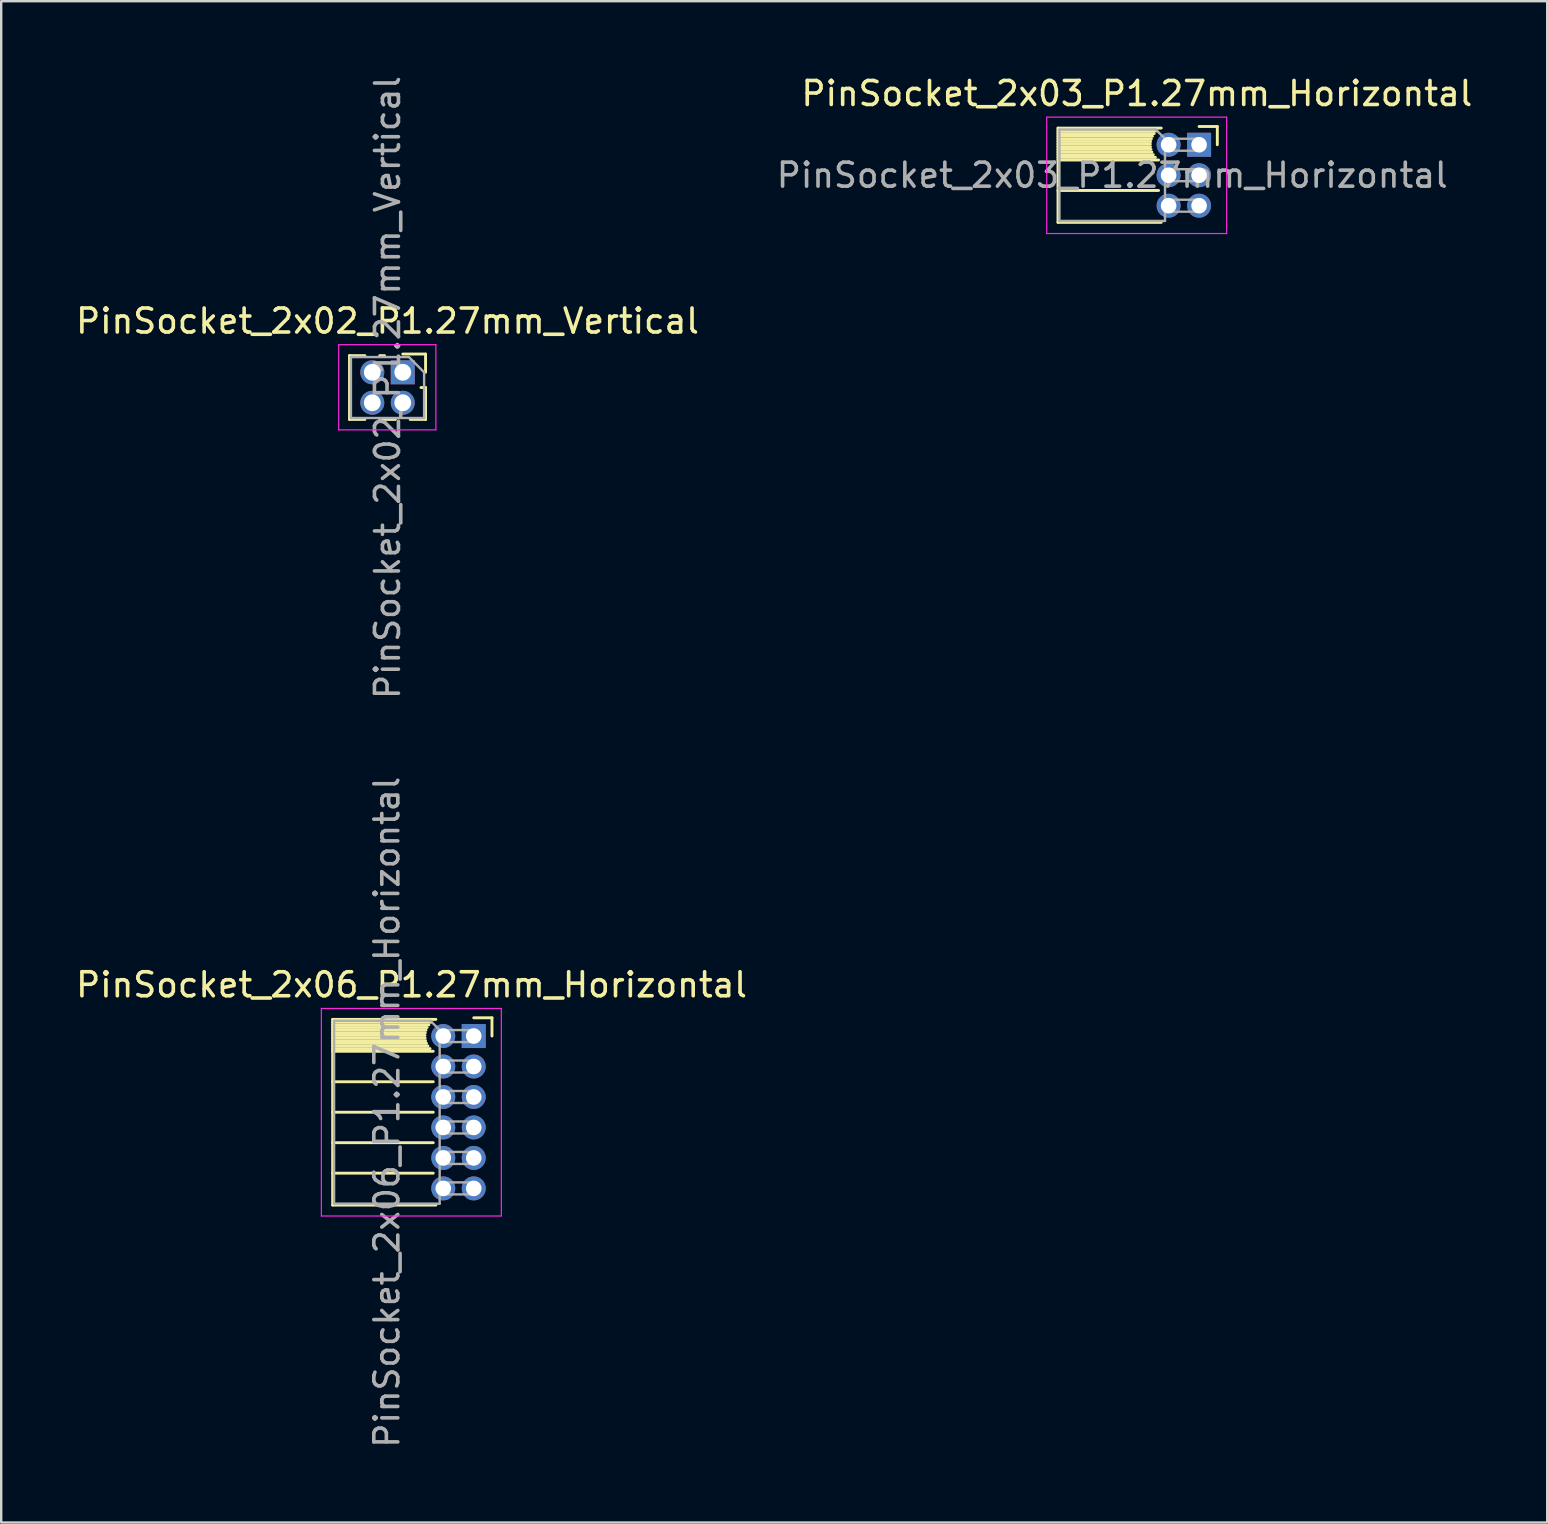
<source format=kicad_pcb>
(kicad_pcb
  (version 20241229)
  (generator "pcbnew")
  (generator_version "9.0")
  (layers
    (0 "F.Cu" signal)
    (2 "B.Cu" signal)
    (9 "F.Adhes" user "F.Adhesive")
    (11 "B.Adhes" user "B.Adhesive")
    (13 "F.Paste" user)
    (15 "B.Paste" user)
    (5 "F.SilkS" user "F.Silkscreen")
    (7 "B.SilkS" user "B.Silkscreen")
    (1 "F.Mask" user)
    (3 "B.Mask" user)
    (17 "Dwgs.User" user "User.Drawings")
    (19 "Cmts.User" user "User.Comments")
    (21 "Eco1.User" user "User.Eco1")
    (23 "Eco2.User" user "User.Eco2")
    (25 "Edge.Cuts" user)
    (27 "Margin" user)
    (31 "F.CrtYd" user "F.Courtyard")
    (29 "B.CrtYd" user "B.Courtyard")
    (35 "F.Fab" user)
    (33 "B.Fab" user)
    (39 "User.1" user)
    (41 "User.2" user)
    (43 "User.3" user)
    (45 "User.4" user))
  (footprint "PinSocket_2x03_P1.27mm_Horizontal"
    (layer "F.Cu")
    (at 46.924 2.983)
    (property "Reference" "PinSocket_2x03_P1.27mm_Horizontal" (at -2.592 -2.135 0) (layer "F.SilkS") (effects (font (size 1 1) (thickness 0.15))))
    (attr through_hole)
    (fp_line (start -5.88 -0.695) (end -5.88 3.235) (stroke (width 0.12) (type solid)) (layer "F.SilkS"))
    (fp_line (start -5.88 -0.695) (end -1.578 -0.695) (stroke (width 0.12) (type solid)) (layer "F.SilkS"))
    (fp_line (start -5.88 -0.575) (end -1.767 -0.575) (stroke (width 0.12) (type solid)) (layer "F.SilkS"))
    (fp_line (start -5.88 -0.465) (end -1.871 -0.465) (stroke (width 0.12) (type solid)) (layer "F.SilkS"))
    (fp_line (start -5.88 -0.355) (end -1.942 -0.355) (stroke (width 0.12) (type solid)) (layer "F.SilkS"))
    (fp_line (start -5.88 -0.245) (end -1.989 -0.245) (stroke (width 0.12) (type solid)) (layer "F.SilkS"))
    (fp_line (start -5.88 -0.135) (end -2.018 -0.135) (stroke (width 0.12) (type solid)) (layer "F.SilkS"))
    (fp_line (start -5.88 -0.025) (end -2.03 -0.025) (stroke (width 0.12) (type solid)) (layer "F.SilkS"))
    (fp_line (start -5.88 0.085) (end -2.025 0.085) (stroke (width 0.12) (type solid)) (layer "F.SilkS"))
    (fp_line (start -5.88 0.195) (end -2.005 0.195) (stroke (width 0.12) (type solid)) (layer "F.SilkS"))
    (fp_line (start -5.88 0.305) (end -1.966 0.305) (stroke (width 0.12) (type solid)) (layer "F.SilkS"))
    (fp_line (start -5.88 0.415) (end -1.907 0.415) (stroke (width 0.12) (type solid)) (layer "F.SilkS"))
    (fp_line (start -5.88 0.525) (end -1.82 0.525) (stroke (width 0.12) (type solid)) (layer "F.SilkS"))
    (fp_line (start -5.88 0.635) (end -1.688 0.635) (stroke (width 0.12) (type solid)) (layer "F.SilkS"))
    (fp_line (start -5.88 1.905) (end -1.688 1.905) (stroke (width 0.12) (type solid)) (layer "F.SilkS"))
    (fp_line (start -5.88 3.235) (end -1.578 3.235) (stroke (width 0.12) (type solid)) (layer "F.SilkS"))
    (fp_line (start 0 -0.76) (end 0.76 -0.76) (stroke (width 0.12) (type solid)) (layer "F.SilkS"))
    (fp_line (start 0.76 -0.76) (end 0.76 0) (stroke (width 0.12) (type solid)) (layer "F.SilkS"))
    (fp_line (start -6.35 -1.15) (end -6.35 3.7) (stroke (width 0.05) (type solid)) (layer "F.CrtYd"))
    (fp_line (start -6.35 3.7) (end 1.15 3.7) (stroke (width 0.05) (type solid)) (layer "F.CrtYd"))
    (fp_line (start 1.15 -1.15) (end -6.35 -1.15) (stroke (width 0.05) (type solid)) (layer "F.CrtYd"))
    (fp_line (start 1.15 3.7) (end 1.15 -1.15) (stroke (width 0.05) (type solid)) (layer "F.CrtYd"))
    (fp_line (start -5.82 -0.635) (end -1.805 -0.635) (stroke (width 0.1) (type solid)) (layer "F.Fab"))
    (fp_line (start -5.82 3.175) (end -5.82 -0.635) (stroke (width 0.1) (type solid)) (layer "F.Fab"))
    (fp_line (start -1.805 -0.635) (end -1.42 -0.25) (stroke (width 0.1) (type solid)) (layer "F.Fab"))
    (fp_line (start -1.42 -0.25) (end -1.42 3.175) (stroke (width 0.1) (type solid)) (layer "F.Fab"))
    (fp_line (start -1.42 0.25) (end 0 0.25) (stroke (width 0.1) (type solid)) (layer "F.Fab"))
    (fp_line (start -1.42 1.52) (end 0 1.52) (stroke (width 0.1) (type solid)) (layer "F.Fab"))
    (fp_line (start -1.42 2.79) (end 0 2.79) (stroke (width 0.1) (type solid)) (layer "F.Fab"))
    (fp_line (start -1.42 3.175) (end -5.82 3.175) (stroke (width 0.1) (type solid)) (layer "F.Fab"))
    (fp_line (start 0 -0.25) (end -1.42 -0.25) (stroke (width 0.1) (type solid)) (layer "F.Fab"))
    (fp_line (start 0 0.25) (end 0 -0.25) (stroke (width 0.1) (type solid)) (layer "F.Fab"))
    (fp_line (start 0 1.02) (end -1.42 1.02) (stroke (width 0.1) (type solid)) (layer "F.Fab"))
    (fp_line (start 0 1.52) (end 0 1.02) (stroke (width 0.1) (type solid)) (layer "F.Fab"))
    (fp_line (start 0 2.29) (end -1.42 2.29) (stroke (width 0.1) (type solid)) (layer "F.Fab"))
    (fp_line (start 0 2.79) (end 0 2.29) (stroke (width 0.1) (type solid)) (layer "F.Fab"))
    (fp_text user "${REFERENCE}" (at -3.62 1.27 0) (layer "F.Fab") (effects (font (size 1 1) (thickness 0.15))))
    (pad "1" thru_hole rect (at 0 0) (size 1 1) (drill 0.65) (layers "*.Cu" "*.Mask"))
    (pad "2" thru_hole oval (at -1.27 0) (size 1 1) (drill 0.65) (layers "*.Cu" "*.Mask"))
    (pad "3" thru_hole oval (at 0 1.27) (size 1 1) (drill 0.65) (layers "*.Cu" "*.Mask"))
    (pad "4" thru_hole oval (at -1.27 1.27) (size 1 1) (drill 0.65) (layers "*.Cu" "*.Mask"))
    (pad "5" thru_hole oval (at 0 2.54) (size 1 1) (drill 0.65) (layers "*.Cu" "*.Mask"))
    (pad "6" thru_hole oval (at -1.27 2.54) (size 1 1) (drill 0.65) (layers "*.Cu" "*.Mask")))
  (footprint "PinSocket_2x06_P1.27mm_Horizontal"
    (layer "F.Cu")
    (at 16.694 40.129)
    (property "Reference" "PinSocket_2x06_P1.27mm_Horizontal" (at -2.592 -2.135 0) (layer "F.SilkS") (effects (font (size 1 1) (thickness 0.15))))
    (attr through_hole)
    (fp_line (start -5.88 -0.695) (end -5.88 7.045) (stroke (width 0.12) (type solid)) (layer "F.SilkS"))
    (fp_line (start -5.88 -0.695) (end -1.578 -0.695) (stroke (width 0.12) (type solid)) (layer "F.SilkS"))
    (fp_line (start -5.88 -0.575) (end -1.767 -0.575) (stroke (width 0.12) (type solid)) (layer "F.SilkS"))
    (fp_line (start -5.88 -0.465) (end -1.871 -0.465) (stroke (width 0.12) (type solid)) (layer "F.SilkS"))
    (fp_line (start -5.88 -0.355) (end -1.942 -0.355) (stroke (width 0.12) (type solid)) (layer "F.SilkS"))
    (fp_line (start -5.88 -0.245) (end -1.989 -0.245) (stroke (width 0.12) (type solid)) (layer "F.SilkS"))
    (fp_line (start -5.88 -0.135) (end -2.018 -0.135) (stroke (width 0.12) (type solid)) (layer "F.SilkS"))
    (fp_line (start -5.88 -0.025) (end -2.03 -0.025) (stroke (width 0.12) (type solid)) (layer "F.SilkS"))
    (fp_line (start -5.88 0.085) (end -2.025 0.085) (stroke (width 0.12) (type solid)) (layer "F.SilkS"))
    (fp_line (start -5.88 0.195) (end -2.005 0.195) (stroke (width 0.12) (type solid)) (layer "F.SilkS"))
    (fp_line (start -5.88 0.305) (end -1.966 0.305) (stroke (width 0.12) (type solid)) (layer "F.SilkS"))
    (fp_line (start -5.88 0.415) (end -1.907 0.415) (stroke (width 0.12) (type solid)) (layer "F.SilkS"))
    (fp_line (start -5.88 0.525) (end -1.82 0.525) (stroke (width 0.12) (type solid)) (layer "F.SilkS"))
    (fp_line (start -5.88 0.635) (end -1.688 0.635) (stroke (width 0.12) (type solid)) (layer "F.SilkS"))
    (fp_line (start -5.88 1.905) (end -1.688 1.905) (stroke (width 0.12) (type solid)) (layer "F.SilkS"))
    (fp_line (start -5.88 3.175) (end -1.688 3.175) (stroke (width 0.12) (type solid)) (layer "F.SilkS"))
    (fp_line (start -5.88 4.445) (end -1.688 4.445) (stroke (width 0.12) (type solid)) (layer "F.SilkS"))
    (fp_line (start -5.88 5.715) (end -1.688 5.715) (stroke (width 0.12) (type solid)) (layer "F.SilkS"))
    (fp_line (start -5.88 7.045) (end -1.578 7.045) (stroke (width 0.12) (type solid)) (layer "F.SilkS"))
    (fp_line (start 0 -0.76) (end 0.76 -0.76) (stroke (width 0.12) (type solid)) (layer "F.SilkS"))
    (fp_line (start 0.76 -0.76) (end 0.76 0) (stroke (width 0.12) (type solid)) (layer "F.SilkS"))
    (fp_line (start -6.35 -1.15) (end -6.35 7.5) (stroke (width 0.05) (type solid)) (layer "F.CrtYd"))
    (fp_line (start -6.35 7.5) (end 1.15 7.5) (stroke (width 0.05) (type solid)) (layer "F.CrtYd"))
    (fp_line (start 1.15 -1.15) (end -6.35 -1.15) (stroke (width 0.05) (type solid)) (layer "F.CrtYd"))
    (fp_line (start 1.15 7.5) (end 1.15 -1.15) (stroke (width 0.05) (type solid)) (layer "F.CrtYd"))
    (fp_line (start -5.82 -0.635) (end -1.805 -0.635) (stroke (width 0.1) (type solid)) (layer "F.Fab"))
    (fp_line (start -5.82 6.985) (end -5.82 -0.635) (stroke (width 0.1) (type solid)) (layer "F.Fab"))
    (fp_line (start -1.805 -0.635) (end -1.42 -0.25) (stroke (width 0.1) (type solid)) (layer "F.Fab"))
    (fp_line (start -1.42 -0.25) (end -1.42 6.985) (stroke (width 0.1) (type solid)) (layer "F.Fab"))
    (fp_line (start -1.42 0.25) (end 0 0.25) (stroke (width 0.1) (type solid)) (layer "F.Fab"))
    (fp_line (start -1.42 1.52) (end 0 1.52) (stroke (width 0.1) (type solid)) (layer "F.Fab"))
    (fp_line (start -1.42 2.79) (end 0 2.79) (stroke (width 0.1) (type solid)) (layer "F.Fab"))
    (fp_line (start -1.42 4.06) (end 0 4.06) (stroke (width 0.1) (type solid)) (layer "F.Fab"))
    (fp_line (start -1.42 5.33) (end 0 5.33) (stroke (width 0.1) (type solid)) (layer "F.Fab"))
    (fp_line (start -1.42 6.6) (end 0 6.6) (stroke (width 0.1) (type solid)) (layer "F.Fab"))
    (fp_line (start -1.42 6.985) (end -5.82 6.985) (stroke (width 0.1) (type solid)) (layer "F.Fab"))
    (fp_line (start 0 -0.25) (end -1.42 -0.25) (stroke (width 0.1) (type solid)) (layer "F.Fab"))
    (fp_line (start 0 0.25) (end 0 -0.25) (stroke (width 0.1) (type solid)) (layer "F.Fab"))
    (fp_line (start 0 1.02) (end -1.42 1.02) (stroke (width 0.1) (type solid)) (layer "F.Fab"))
    (fp_line (start 0 1.52) (end 0 1.02) (stroke (width 0.1) (type solid)) (layer "F.Fab"))
    (fp_line (start 0 2.29) (end -1.42 2.29) (stroke (width 0.1) (type solid)) (layer "F.Fab"))
    (fp_line (start 0 2.79) (end 0 2.29) (stroke (width 0.1) (type solid)) (layer "F.Fab"))
    (fp_line (start 0 3.56) (end -1.42 3.56) (stroke (width 0.1) (type solid)) (layer "F.Fab"))
    (fp_line (start 0 4.06) (end 0 3.56) (stroke (width 0.1) (type solid)) (layer "F.Fab"))
    (fp_line (start 0 4.83) (end -1.42 4.83) (stroke (width 0.1) (type solid)) (layer "F.Fab"))
    (fp_line (start 0 5.33) (end 0 4.83) (stroke (width 0.1) (type solid)) (layer "F.Fab"))
    (fp_line (start 0 6.1) (end -1.42 6.1) (stroke (width 0.1) (type solid)) (layer "F.Fab"))
    (fp_line (start 0 6.6) (end 0 6.1) (stroke (width 0.1) (type solid)) (layer "F.Fab"))
    (fp_text user "${REFERENCE}" (at -3.62 3.175 90) (layer "F.Fab") (effects (font (size 1 1) (thickness 0.15))))
    (pad "1" thru_hole rect (at 0 0) (size 1 1) (drill 0.65) (layers "*.Cu" "*.Mask"))
    (pad "2" thru_hole oval (at -1.27 0) (size 1 1) (drill 0.65) (layers "*.Cu" "*.Mask"))
    (pad "3" thru_hole oval (at 0 1.27) (size 1 1) (drill 0.65) (layers "*.Cu" "*.Mask"))
    (pad "4" thru_hole oval (at -1.27 1.27) (size 1 1) (drill 0.65) (layers "*.Cu" "*.Mask"))
    (pad "5" thru_hole oval (at 0 2.54) (size 1 1) (drill 0.65) (layers "*.Cu" "*.Mask"))
    (pad "6" thru_hole oval (at -1.27 2.54) (size 1 1) (drill 0.65) (layers "*.Cu" "*.Mask"))
    (pad "7" thru_hole oval (at 0 3.81) (size 1 1) (drill 0.65) (layers "*.Cu" "*.Mask"))
    (pad "8" thru_hole oval (at -1.27 3.81) (size 1 1) (drill 0.65) (layers "*.Cu" "*.Mask"))
    (pad "9" thru_hole oval (at 0 5.08) (size 1 1) (drill 0.65) (layers "*.Cu" "*.Mask"))
    (pad "10" thru_hole oval (at -1.27 5.08) (size 1 1) (drill 0.65) (layers "*.Cu" "*.Mask"))
    (pad "11" thru_hole oval (at 0 6.35) (size 1 1) (drill 0.65) (layers "*.Cu" "*.Mask"))
    (pad "12" thru_hole oval (at -1.27 6.35) (size 1 1) (drill 0.65) (layers "*.Cu" "*.Mask")))
  (footprint "PinSocket_2x02_P1.27mm_Vertical"
    (layer "F.Cu")
    (at 13.736 12.466)
    (property "Reference" "PinSocket_2x02_P1.27mm_Vertical" (at -0.635 -2.135 0) (layer "F.SilkS") (effects (font (size 1 1) (thickness 0.15))))
    (attr through_hole)
    (fp_line (start -2.22 -0.695) (end -2.22 1.965) (stroke (width 0.12) (type solid)) (layer "F.SilkS"))
    (fp_line (start -2.22 -0.695) (end -1.578 -0.695) (stroke (width 0.12) (type solid)) (layer "F.SilkS"))
    (fp_line (start -2.22 1.965) (end -1.578 1.965) (stroke (width 0.12) (type solid)) (layer "F.SilkS"))
    (fp_line (start -0.962 -0.695) (end -0.76 -0.695) (stroke (width 0.12) (type solid)) (layer "F.SilkS"))
    (fp_line (start -0.962 1.965) (end -0.308 1.965) (stroke (width 0.12) (type solid)) (layer "F.SilkS"))
    (fp_line (start 0 -0.76) (end 0.95 -0.76) (stroke (width 0.12) (type solid)) (layer "F.SilkS"))
    (fp_line (start 0.308 1.965) (end 0.95 1.965) (stroke (width 0.12) (type solid)) (layer "F.SilkS"))
    (fp_line (start 0.76 0.635) (end 0.95 0.635) (stroke (width 0.12) (type solid)) (layer "F.SilkS"))
    (fp_line (start 0.95 -0.76) (end 0.95 0) (stroke (width 0.12) (type solid)) (layer "F.SilkS"))
    (fp_line (start 0.95 0.635) (end 0.95 1.965) (stroke (width 0.12) (type solid)) (layer "F.SilkS"))
    (fp_line (start -2.67 -1.15) (end 1.38 -1.15) (stroke (width 0.05) (type solid)) (layer "F.CrtYd"))
    (fp_line (start -2.67 2.4) (end -2.67 -1.15) (stroke (width 0.05) (type solid)) (layer "F.CrtYd"))
    (fp_line (start 1.38 -1.15) (end 1.38 2.4) (stroke (width 0.05) (type solid)) (layer "F.CrtYd"))
    (fp_line (start 1.38 2.4) (end -2.67 2.4) (stroke (width 0.05) (type solid)) (layer "F.CrtYd"))
    (fp_line (start -2.16 -0.635) (end 0.255 -0.635) (stroke (width 0.1) (type solid)) (layer "F.Fab"))
    (fp_line (start -2.16 1.905) (end -2.16 -0.635) (stroke (width 0.1) (type solid)) (layer "F.Fab"))
    (fp_line (start 0.255 -0.635) (end 0.89 0) (stroke (width 0.1) (type solid)) (layer "F.Fab"))
    (fp_line (start 0.89 0) (end 0.89 1.905) (stroke (width 0.1) (type solid)) (layer "F.Fab"))
    (fp_line (start 0.89 1.905) (end -2.16 1.905) (stroke (width 0.1) (type solid)) (layer "F.Fab"))
    (fp_text user "${REFERENCE}" (at -0.635 0.635 90) (layer "F.Fab") (effects (font (size 1 1) (thickness 0.15))))
    (pad "1" thru_hole rect (at 0 0) (size 1 1) (drill 0.7) (layers "*.Cu" "*.Mask"))
    (pad "2" thru_hole oval (at -1.27 0) (size 1 1) (drill 0.7) (layers "*.Cu" "*.Mask"))
    (pad "3" thru_hole oval (at 0 1.27) (size 1 1) (drill 0.7) (layers "*.Cu" "*.Mask"))
    (pad "4" thru_hole oval (at -1.27 1.27) (size 1 1) (drill 0.7) (layers "*.Cu" "*.Mask")))
  (gr_rect
    (start -3 -3)
    (end 61.432 60.405)
    (stroke (width 0.1) (type default))
    (fill no)
    (layer "Edge.Cuts")))
</source>
